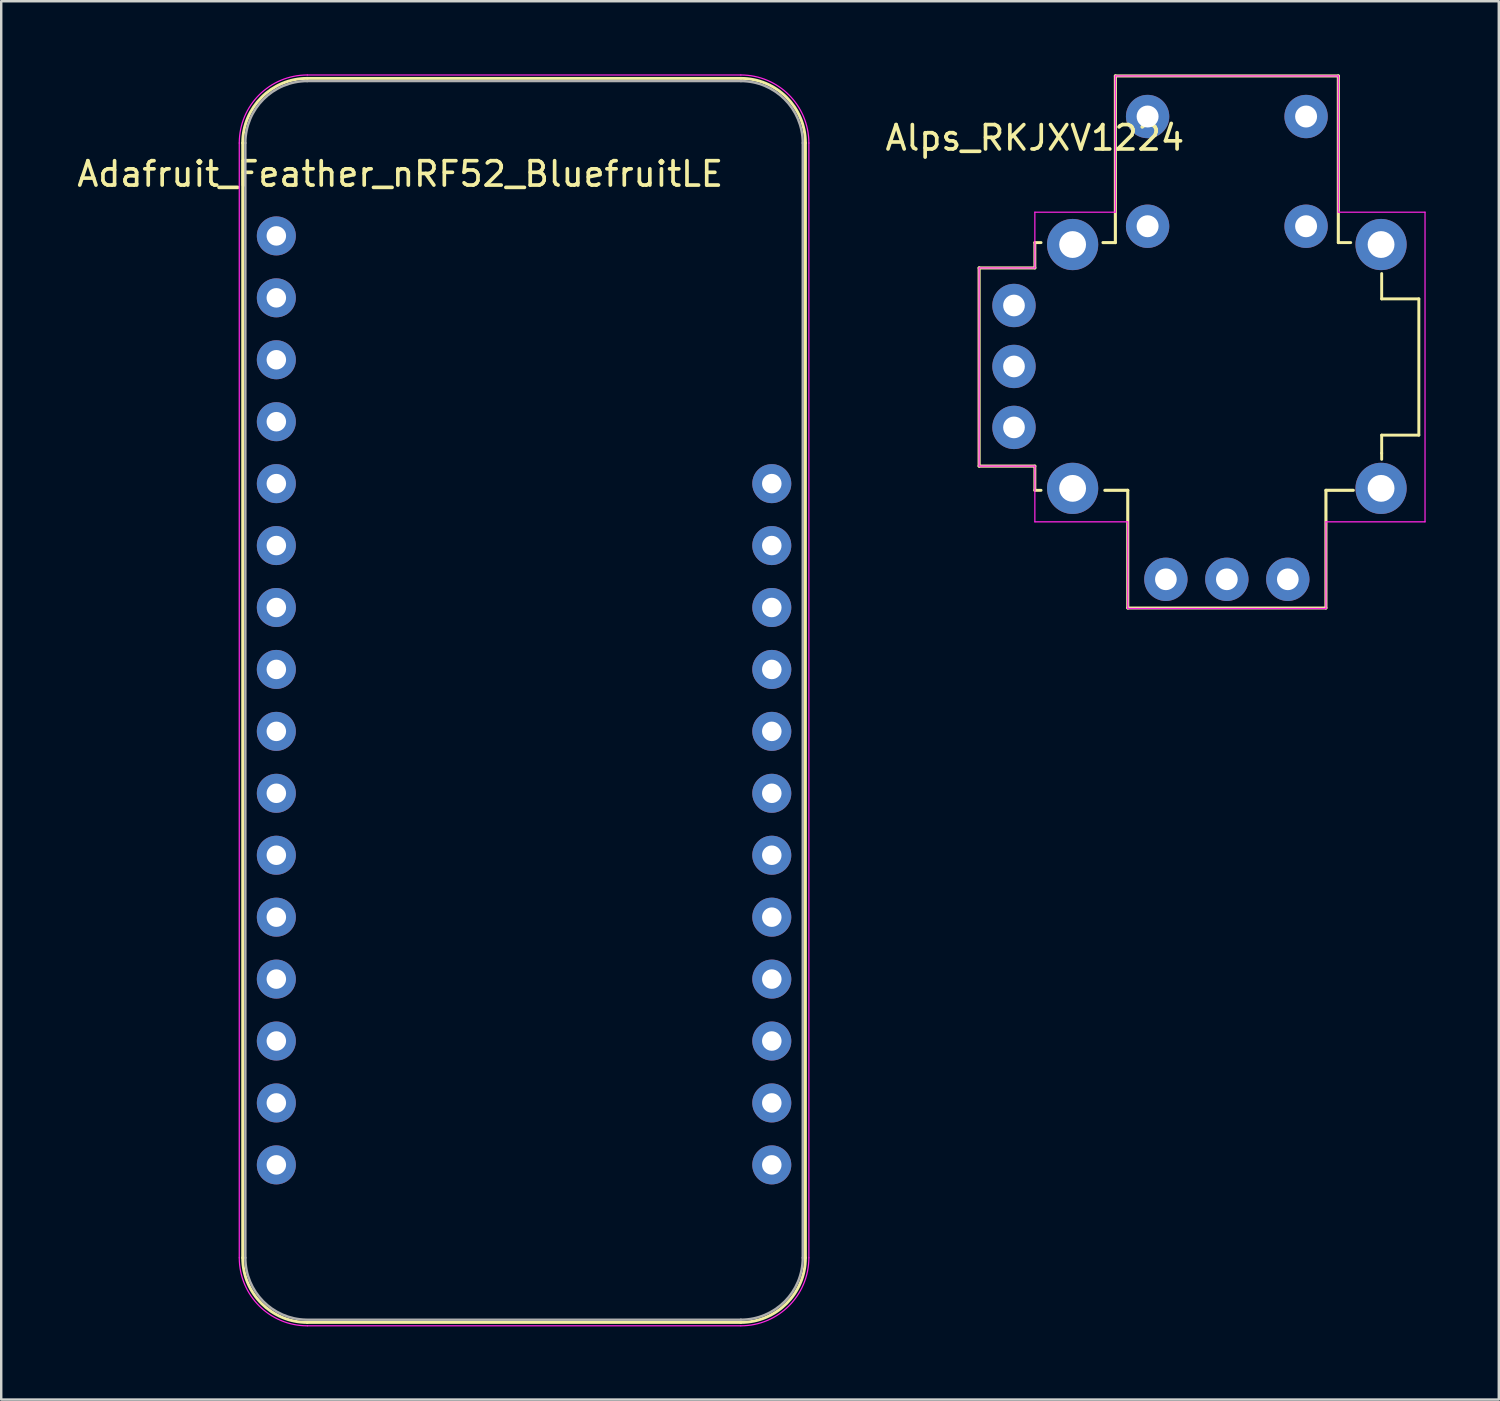
<source format=kicad_pcb>
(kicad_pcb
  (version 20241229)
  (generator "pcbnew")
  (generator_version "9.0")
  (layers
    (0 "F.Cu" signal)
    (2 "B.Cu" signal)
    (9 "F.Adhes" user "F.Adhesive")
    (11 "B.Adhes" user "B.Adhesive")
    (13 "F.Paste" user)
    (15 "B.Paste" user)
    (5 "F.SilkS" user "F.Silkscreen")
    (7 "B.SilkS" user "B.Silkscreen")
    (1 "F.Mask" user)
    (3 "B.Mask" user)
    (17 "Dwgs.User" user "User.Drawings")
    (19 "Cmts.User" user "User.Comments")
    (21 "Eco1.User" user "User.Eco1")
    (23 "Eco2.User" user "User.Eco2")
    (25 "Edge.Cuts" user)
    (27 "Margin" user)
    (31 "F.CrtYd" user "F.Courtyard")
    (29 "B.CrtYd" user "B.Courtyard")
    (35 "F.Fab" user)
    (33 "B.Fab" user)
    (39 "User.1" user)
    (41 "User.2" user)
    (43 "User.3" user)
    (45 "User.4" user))
  (footprint "Adafruit_Feather_nRF52_BluefruitLE"
    (layer "F.Cu")
    (at 18.443 26.945)
    (property "Reference" "Adafruit_Feather_nRF52_BluefruitLE" (at -5.08 -22.86 0) (unlocked yes) (layer "F.SilkS") (effects (font (size 1 1) (thickness 0.15))))
    (attr smd)
    (fp_line (start -11.54 -24.13) (end -11.54 21.59) (stroke (width 0.12) (type solid)) (layer "F.SilkS"))
    (fp_line (start 8.89 -26.78) (end -8.89 -26.78) (stroke (width 0.12) (type solid)) (layer "F.SilkS"))
    (fp_line (start 8.89 24.24) (end -8.89 24.24) (stroke (width 0.12) (type solid)) (layer "F.SilkS"))
    (fp_line (start 11.54 -24.13) (end 11.54 21.59) (stroke (width 0.12) (type solid)) (layer "F.SilkS"))
    (fp_arc (start -11.54 -24.13) (mid -10.763833 -26.003833) (end -8.89 -26.78) (stroke (width 0.12) (type solid)) (layer "F.SilkS"))
    (fp_arc (start -8.89 24.24) (mid -10.763833 23.463833) (end -11.54 21.59) (stroke (width 0.12) (type solid)) (layer "F.SilkS"))
    (fp_arc (start 8.89 -26.78) (mid 10.763833 -26.003833) (end 11.54 -24.13) (stroke (width 0.12) (type solid)) (layer "F.SilkS"))
    (fp_arc (start 11.54 21.59) (mid 10.763833 23.463833) (end 8.89 24.24) (stroke (width 0.12) (type solid)) (layer "F.SilkS"))
    (fp_line (start -11.68 21.59) (end -11.68 -24.13) (stroke (width 0.05) (type solid)) (layer "F.CrtYd"))
    (fp_line (start 8.89 -26.92) (end -8.89 -26.92) (stroke (width 0.05) (type solid)) (layer "F.CrtYd"))
    (fp_line (start 8.89 24.38) (end -8.89 24.38) (stroke (width 0.05) (type solid)) (layer "F.CrtYd"))
    (fp_line (start 11.68 21.59) (end 11.68 -24.13) (stroke (width 0.05) (type solid)) (layer "F.CrtYd"))
    (fp_arc (start -11.68 -24.13) (mid -10.862828 -26.102828) (end -8.89 -26.92) (stroke (width 0.05) (type solid)) (layer "F.CrtYd"))
    (fp_arc (start -8.89 24.38) (mid -10.862828 23.562828) (end -11.68 21.59) (stroke (width 0.05) (type solid)) (layer "F.CrtYd"))
    (fp_arc (start 8.89 -26.92) (mid 10.862828 -26.102828) (end 11.68 -24.13) (stroke (width 0.05) (type solid)) (layer "F.CrtYd"))
    (fp_arc (start 11.68 21.59) (mid 10.862828 23.562828) (end 8.89 24.38) (stroke (width 0.05) (type solid)) (layer "F.CrtYd"))
    (fp_line (start -11.43 -24.13) (end -11.43 21.59) (stroke (width 0.1) (type solid)) (layer "F.Fab"))
    (fp_line (start -8.89 24.13) (end 8.89 24.13) (stroke (width 0.1) (type solid)) (layer "F.Fab"))
    (fp_line (start 8.89 -26.67) (end -8.89 -26.67) (stroke (width 0.1) (type solid)) (layer "F.Fab"))
    (fp_line (start 11.43 21.59) (end 11.43 -24.13) (stroke (width 0.1) (type solid)) (layer "F.Fab"))
    (fp_arc (start -11.43 -24.13) (mid -10.686051 -25.926051) (end -8.89 -26.67) (stroke (width 0.1) (type solid)) (layer "F.Fab"))
    (fp_arc (start -8.938762 24.129532) (mid -10.703209 23.368728) (end -11.43 21.59) (stroke (width 0.1) (type solid)) (layer "F.Fab"))
    (fp_arc (start 8.89 -26.67) (mid 10.686051 -25.926051) (end 11.43 -24.13) (stroke (width 0.1) (type solid)) (layer "F.Fab"))
    (fp_arc (start 11.43 21.59) (mid 10.686051 23.386051) (end 8.89 24.13) (stroke (width 0.1) (type solid)) (layer "F.Fab"))
    (pad "1" thru_hole circle (at -10.16 -20.32 180) (size 1.6 1.6) (drill 0.8) (layers "*.Cu" "*.Mask"))
    (pad "2" thru_hole circle (at -10.16 -17.78 180) (size 1.6 1.6) (drill 0.8) (layers "*.Cu" "*.Mask"))
    (pad "3" thru_hole circle (at -10.16 -15.24 180) (size 1.6 1.6) (drill 0.8) (layers "*.Cu" "*.Mask"))
    (pad "4" thru_hole circle (at -10.16 -12.7 180) (size 1.6 1.6) (drill 0.8) (layers "*.Cu" "*.Mask"))
    (pad "5" thru_hole circle (at -10.16 -10.16 180) (size 1.6 1.6) (drill 0.8) (layers "*.Cu" "*.Mask"))
    (pad "6" thru_hole circle (at -10.16 -7.62 180) (size 1.6 1.6) (drill 0.8) (layers "*.Cu" "*.Mask"))
    (pad "7" thru_hole circle (at -10.16 -5.08 180) (size 1.6 1.6) (drill 0.8) (layers "*.Cu" "*.Mask"))
    (pad "8" thru_hole circle (at -10.16 -2.54 180) (size 1.6 1.6) (drill 0.8) (layers "*.Cu" "*.Mask"))
    (pad "9" thru_hole circle (at -10.16 0 180) (size 1.6 1.6) (drill 0.8) (layers "*.Cu" "*.Mask"))
    (pad "10" thru_hole circle (at -10.16 2.54 180) (size 1.6 1.6) (drill 0.8) (layers "*.Cu" "*.Mask"))
    (pad "11" thru_hole circle (at -10.16 5.08 180) (size 1.6 1.6) (drill 0.8) (layers "*.Cu" "*.Mask"))
    (pad "12" thru_hole circle (at -10.16 7.62 180) (size 1.6 1.6) (drill 0.8) (layers "*.Cu" "*.Mask"))
    (pad "13" thru_hole circle (at -10.16 10.16 180) (size 1.6 1.6) (drill 0.8) (layers "*.Cu" "*.Mask"))
    (pad "14" thru_hole circle (at -10.16 12.7 180) (size 1.6 1.6) (drill 0.8) (layers "*.Cu" "*.Mask"))
    (pad "15" thru_hole circle (at -10.16 15.24 180) (size 1.6 1.6) (drill 0.8) (layers "*.Cu" "*.Mask"))
    (pad "16" thru_hole circle (at -10.16 17.78 180) (size 1.6 1.6) (drill 0.8) (layers "*.Cu" "*.Mask"))
    (pad "17" thru_hole circle (at 10.16 17.78 180) (size 1.6 1.6) (drill 0.8) (layers "*.Cu" "*.Mask"))
    (pad "18" thru_hole circle (at 10.16 15.24 180) (size 1.6 1.6) (drill 0.8) (layers "*.Cu" "*.Mask"))
    (pad "19" thru_hole circle (at 10.16 12.7 180) (size 1.6 1.6) (drill 0.8) (layers "*.Cu" "*.Mask"))
    (pad "20" thru_hole circle (at 10.16 10.16 180) (size 1.6 1.6) (drill 0.8) (layers "*.Cu" "*.Mask"))
    (pad "21" thru_hole circle (at 10.16 7.62 180) (size 1.6 1.6) (drill 0.8) (layers "*.Cu" "*.Mask"))
    (pad "22" thru_hole circle (at 10.16 5.08 180) (size 1.6 1.6) (drill 0.8) (layers "*.Cu" "*.Mask"))
    (pad "23" thru_hole circle (at 10.16 2.54 180) (size 1.6 1.6) (drill 0.8) (layers "*.Cu" "*.Mask"))
    (pad "24" thru_hole circle (at 10.16 0 180) (size 1.6 1.6) (drill 0.8) (layers "*.Cu" "*.Mask"))
    (pad "25" thru_hole circle (at 10.16 -2.54 180) (size 1.6 1.6) (drill 0.8) (layers "*.Cu" "*.Mask"))
    (pad "26" thru_hole circle (at 10.16 -5.08 180) (size 1.6 1.6) (drill 0.8) (layers "*.Cu" "*.Mask"))
    (pad "27" thru_hole circle (at 10.16 -7.62 180) (size 1.6 1.6) (drill 0.8) (layers "*.Cu" "*.Mask"))
    (pad "28" thru_hole circle (at 10.16 -10.16 180) (size 1.6 1.6) (drill 0.8) (layers "*.Cu" "*.Mask")))
  (footprint "Alps_RKJXV1224"
    (layer "F.Cu")
    (at 47.266 11.979)
    (property "Reference" "Alps_RKJXV1224" (at -7.874 -9.375 0) (layer "F.SilkS") (effects (font (size 1 1) (thickness 0.15))))
    (attr through_hole)
    (fp_line (start -10.16 -4.041) (end -7.874 -4.041) (stroke (width 0.127) (type solid)) (layer "F.SilkS"))
    (fp_line (start -10.16 4.087) (end -10.16 -4.041) (stroke (width 0.127) (type solid)) (layer "F.SilkS"))
    (fp_line (start -7.874 -4.041) (end -7.874 -5.08) (stroke (width 0.12) (type solid)) (layer "F.SilkS"))
    (fp_line (start -7.874 4.087) (end -10.16 4.087) (stroke (width 0.127) (type solid)) (layer "F.SilkS"))
    (fp_line (start -7.874 4.087) (end -7.874 5.08) (stroke (width 0.12) (type solid)) (layer "F.SilkS"))
    (fp_line (start -7.874 5.08) (end -7.62 5.08) (stroke (width 0.12) (type solid)) (layer "F.SilkS"))
    (fp_line (start -7.62 -5.08) (end -7.874 -5.08) (stroke (width 0.12) (type solid)) (layer "F.SilkS"))
    (fp_line (start -5.08 -5.08) (end -4.572 -5.08) (stroke (width 0.127) (type solid)) (layer "F.SilkS"))
    (fp_line (start -4.572 -11.915) (end 4.572 -11.915) (stroke (width 0.127) (type solid)) (layer "F.SilkS"))
    (fp_line (start -4.572 -5.08) (end -4.572 -11.915) (stroke (width 0.127) (type solid)) (layer "F.SilkS"))
    (fp_line (start -4.064 5.08) (end -5.004 5.08) (stroke (width 0.127) (type solid)) (layer "F.SilkS"))
    (fp_line (start -4.064 9.906) (end -4.064 5.08) (stroke (width 0.127) (type solid)) (layer "F.SilkS"))
    (fp_line (start 4.064 5.08) (end 4.064 9.906) (stroke (width 0.127) (type solid)) (layer "F.SilkS"))
    (fp_line (start 4.064 9.906) (end -4.064 9.906) (stroke (width 0.12) (type solid)) (layer "F.SilkS"))
    (fp_line (start 4.572 -11.915) (end 4.572 -5.08) (stroke (width 0.127) (type solid)) (layer "F.SilkS"))
    (fp_line (start 4.572 -5.08) (end 5.08 -5.08) (stroke (width 0.12) (type solid)) (layer "F.SilkS"))
    (fp_line (start 5.187 5.08) (end 4.064 5.08) (stroke (width 0.127) (type solid)) (layer "F.SilkS"))
    (fp_line (start 6.35 -3.81) (end 6.35 -2.771) (stroke (width 0.12) (type solid)) (layer "F.SilkS"))
    (fp_line (start 6.35 -2.771) (end 7.874 -2.771) (stroke (width 0.12) (type solid)) (layer "F.SilkS"))
    (fp_line (start 6.35 2.817) (end 6.35 3.556) (stroke (width 0.12) (type solid)) (layer "F.SilkS"))
    (fp_line (start 6.35 3.556) (end 6.35 3.81) (stroke (width 0.12) (type solid)) (layer "F.SilkS"))
    (fp_line (start 7.874 -2.771) (end 7.874 2.817) (stroke (width 0.12) (type solid)) (layer "F.SilkS"))
    (fp_line (start 7.874 2.817) (end 6.35 2.817) (stroke (width 0.12) (type solid)) (layer "F.SilkS"))
    (fp_line (start -10.16 -4.041) (end -7.874 -4.041) (stroke (width 0.05) (type solid)) (layer "F.CrtYd"))
    (fp_line (start -10.16 4.087) (end -10.16 -4.041) (stroke (width 0.05) (type solid)) (layer "F.CrtYd"))
    (fp_line (start -7.874 -6.327) (end -4.572 -6.327) (stroke (width 0.05) (type solid)) (layer "F.CrtYd"))
    (fp_line (start -7.874 -4.041) (end -7.874 -6.327) (stroke (width 0.05) (type solid)) (layer "F.CrtYd"))
    (fp_line (start -7.874 4.087) (end -10.16 4.087) (stroke (width 0.05) (type solid)) (layer "F.CrtYd"))
    (fp_line (start -7.874 6.373) (end -7.874 4.087) (stroke (width 0.05) (type solid)) (layer "F.CrtYd"))
    (fp_line (start -4.572 -11.915) (end 4.572 -11.915) (stroke (width 0.05) (type solid)) (layer "F.CrtYd"))
    (fp_line (start -4.572 -6.327) (end -4.572 -11.915) (stroke (width 0.05) (type solid)) (layer "F.CrtYd"))
    (fp_line (start -4.064 6.373) (end -7.874 6.373) (stroke (width 0.05) (type solid)) (layer "F.CrtYd"))
    (fp_line (start -4.064 9.929) (end -4.064 6.373) (stroke (width 0.05) (type solid)) (layer "F.CrtYd"))
    (fp_line (start 4.064 6.373) (end 4.064 9.929) (stroke (width 0.05) (type solid)) (layer "F.CrtYd"))
    (fp_line (start 4.064 9.929) (end -4.064 9.929) (stroke (width 0.05) (type solid)) (layer "F.CrtYd"))
    (fp_line (start 4.572 -11.915) (end 4.572 -6.327) (stroke (width 0.05) (type solid)) (layer "F.CrtYd"))
    (fp_line (start 4.572 -6.327) (end 8.128 -6.327) (stroke (width 0.05) (type solid)) (layer "F.CrtYd"))
    (fp_line (start 8.128 -6.327) (end 8.128 6.373) (stroke (width 0.05) (type solid)) (layer "F.CrtYd"))
    (fp_line (start 8.128 6.373) (end 4.064 6.373) (stroke (width 0.05) (type solid)) (layer "F.CrtYd"))
    (pad "B1A" thru_hole circle (at -3.25 -10.25) (size 1.778 1.778) (drill 0.9) (layers "*.Cu" "*.Mask"))
    (pad "B1B" thru_hole circle (at 3.25 -10.25) (size 1.778 1.778) (drill 0.9) (layers "*.Cu" "*.Mask"))
    (pad "B2A" thru_hole circle (at -3.25 -5.75) (size 1.778 1.778) (drill 0.9) (layers "*.Cu" "*.Mask"))
    (pad "B2B" thru_hole circle (at 3.25 -5.75) (size 1.778 1.778) (drill 0.9) (layers "*.Cu" "*.Mask"))
    (pad "H1" thru_hole circle (at -2.5 8.73) (size 1.778 1.778) (drill 0.889) (layers "*.Cu" "*.Mask"))
    (pad "H2" thru_hole circle (at 0 8.73) (size 1.778 1.778) (drill 0.889) (layers "*.Cu" "*.Mask"))
    (pad "H3" thru_hole circle (at 2.5 8.73) (size 1.778 1.778) (drill 0.889) (layers "*.Cu" "*.Mask"))
    (pad "S1" thru_hole circle (at -6.325 -5) (size 2.1 2.1) (drill 1.1) (layers "*.Cu" "*.Mask"))
    (pad "S2" thru_hole circle (at -6.325 5) (size 2.1 2.1) (drill 1.1) (layers "*.Cu" "*.Mask"))
    (pad "S3" thru_hole circle (at 6.325 5) (size 2.1 2.1) (drill 1.1) (layers "*.Cu" "*.Mask"))
    (pad "S4" thru_hole circle (at 6.325 -5) (size 2.1 2.1) (drill 1.1) (layers "*.Cu" "*.Mask"))
    (pad "V1" thru_hole circle (at -8.73 -2.5) (size 1.778 1.778) (drill 0.889) (layers "*.Cu" "*.Mask"))
    (pad "V2" thru_hole circle (at -8.73 0) (size 1.778 1.778) (drill 0.889) (layers "*.Cu" "*.Mask"))
    (pad "V3" thru_hole circle (at -8.73 2.5) (size 1.778 1.778) (drill 0.889) (layers "*.Cu" "*.Mask")))
  (gr_rect
    (start -3 -3)
    (end 58.419 54.35)
    (stroke (width 0.1) (type default))
    (fill no)
    (layer "Edge.Cuts")))
</source>
